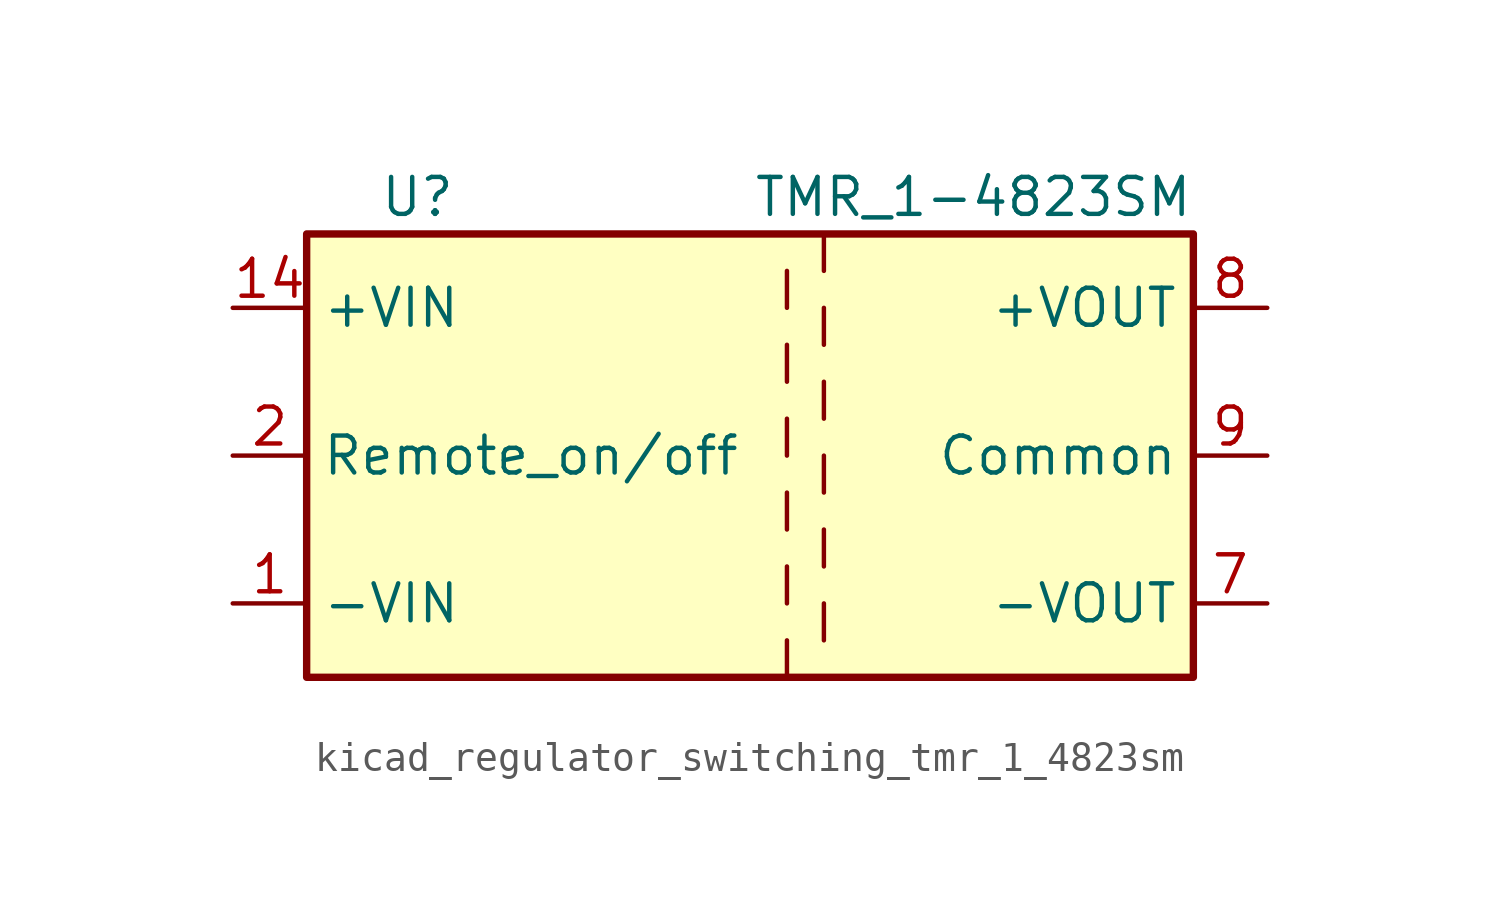
<source format=kicad_sym>
(kicad_symbol_lib
  (version 20220914)
  (generator kicad_symbol_editor)
  (symbol "kicad_regulator_switching_tmr_1_4823sm"
    (property "Reference" "U"
      (at -11.43 8.89 0)
      (effects (font (size 1.27 1.27))))
    (property "Value" "TMR_1-4823SM"
      (at 15.24 8.89 0)
      (effects (font (size 1.27 1.27)) (justify right)))
    (symbol "kicad_regulator_switching_tmr_1_4823sm_0_1"
      (rectangle (start -15.24 7.62) (end 15.24 -7.62) (stroke (width 0.254) (type default)) (fill (type background)))
      (polyline (pts (xy 1.27 -6.35) (xy 1.27 -7.62)) (stroke (width 0) (type default)) (fill (type none)))
      (polyline (pts (xy 1.27 -3.81) (xy 1.27 -5.08)) (stroke (width 0) (type default)) (fill (type none)))
      (polyline (pts (xy 1.27 -1.27) (xy 1.27 -2.54)) (stroke (width 0) (type default)) (fill (type none)))
      (polyline (pts (xy 1.27 1.27) (xy 1.27 0)) (stroke (width 0) (type default)) (fill (type none)))
      (polyline (pts (xy 1.27 3.81) (xy 1.27 2.54)) (stroke (width 0) (type default)) (fill (type none)))
      (polyline (pts (xy 1.27 6.35) (xy 1.27 5.08)) (stroke (width 0) (type default)) (fill (type none)))
      (polyline (pts (xy 2.54 -5.08) (xy 2.54 -6.35)) (stroke (width 0) (type default)) (fill (type none)))
      (polyline (pts (xy 2.54 -2.54) (xy 2.54 -3.81)) (stroke (width 0) (type default)) (fill (type none)))
      (polyline (pts (xy 2.54 0) (xy 2.54 -1.27)) (stroke (width 0) (type default)) (fill (type none)))
      (polyline (pts (xy 2.54 2.54) (xy 2.54 1.27)) (stroke (width 0) (type default)) (fill (type none)))
      (polyline (pts (xy 2.54 5.08) (xy 2.54 3.81)) (stroke (width 0) (type default)) (fill (type none)))
      (polyline (pts (xy 2.54 7.62) (xy 2.54 6.35)) (stroke (width 0) (type default)) (fill (type none))))
    (symbol "kicad_regulator_switching_tmr_1_4823sm_1_1"
      (pin power_in line (at -17.78 -5.08 0) (length 2.54) (name "-VIN" (effects (font (size 1.27 1.27)))) (number "1" (effects (font (size 1.27 1.27)))))
      (pin power_in line (at -17.78 5.08 0) (length 2.54) (name "+VIN" (effects (font (size 1.27 1.27)))) (number "14" (effects (font (size 1.27 1.27)))))
      (pin input line (at -17.78 0 0) (length 2.54) (name "Remote_on/off" (effects (font (size 1.27 1.27)))) (number "2" (effects (font (size 1.27 1.27)))))
      (pin passive line (at 17.78 0 180) (length 2.54) hide (name "Common" (effects (font (size 1.27 1.27)))) (number "6" (effects (font (size 1.27 1.27)))))
      (pin power_out line (at 17.78 -5.08 180) (length 2.54) (name "-VOUT" (effects (font (size 1.27 1.27)))) (number "7" (effects (font (size 1.27 1.27)))))
      (pin power_out line (at 17.78 5.08 180) (length 2.54) (name "+VOUT" (effects (font (size 1.27 1.27)))) (number "8" (effects (font (size 1.27 1.27)))))
      (pin power_out line (at 17.78 0 180) (length 2.54) (name "Common" (effects (font (size 1.27 1.27)))) (number "9" (effects (font (size 1.27 1.27))))))))
</source>
